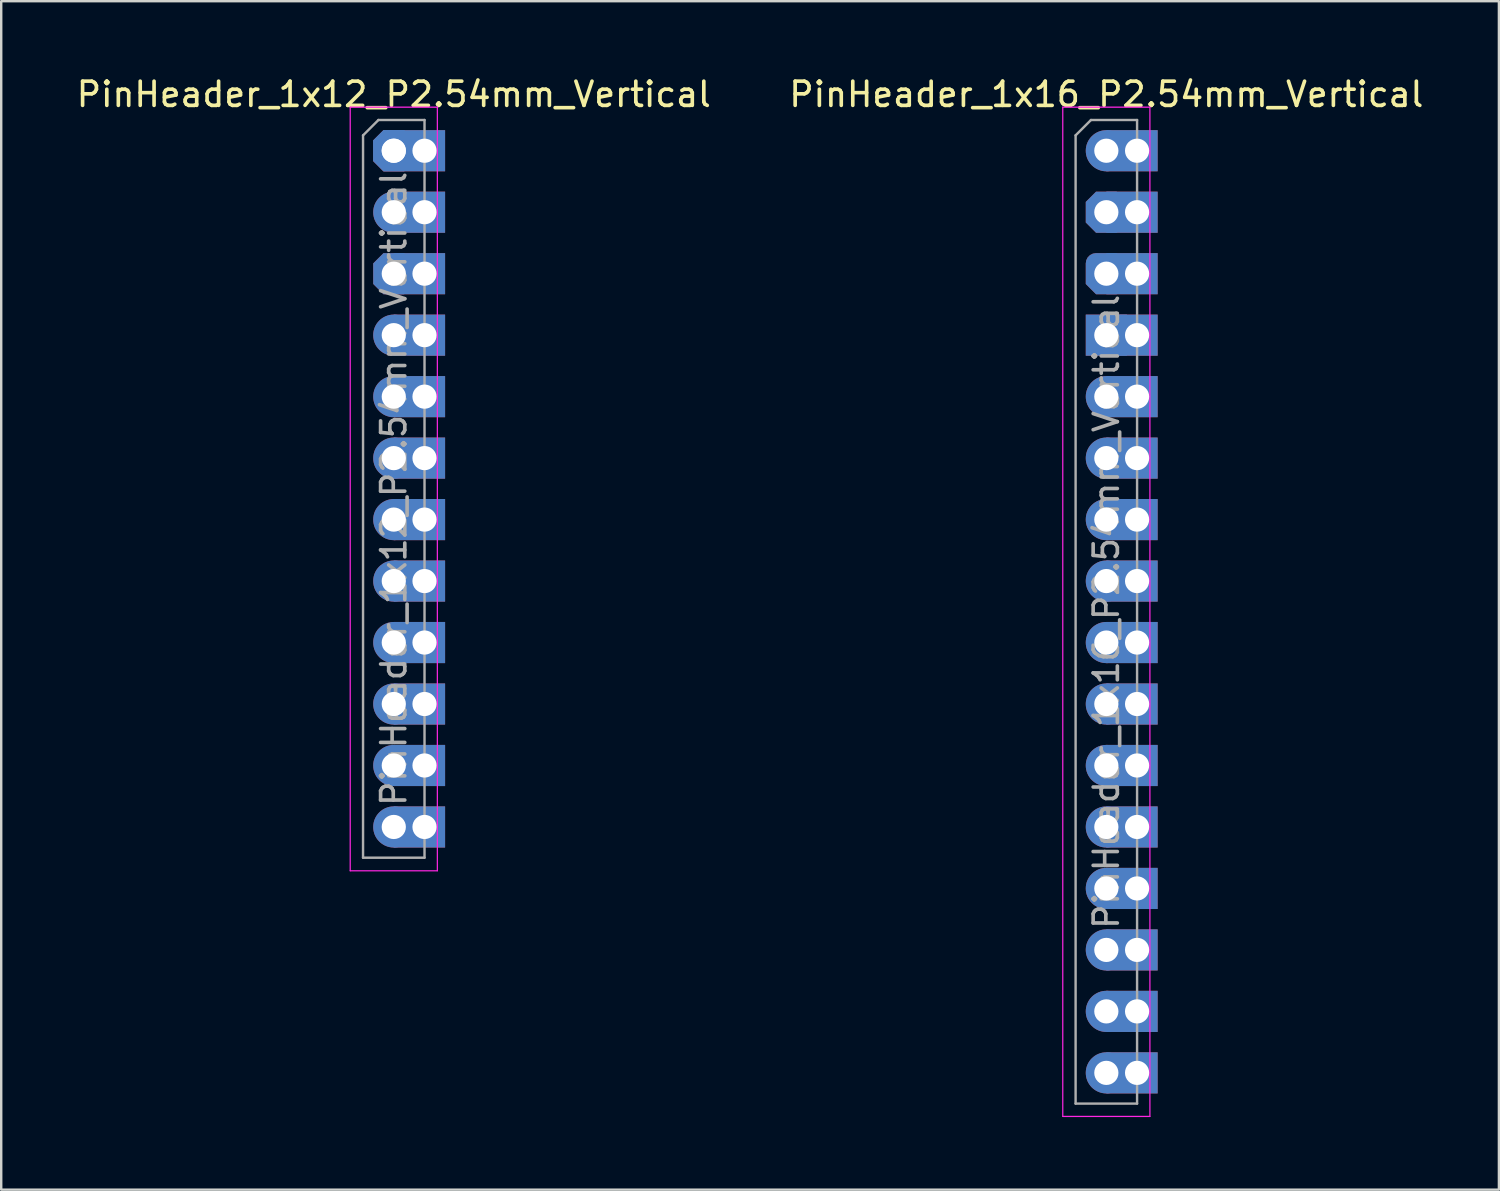
<source format=kicad_pcb>
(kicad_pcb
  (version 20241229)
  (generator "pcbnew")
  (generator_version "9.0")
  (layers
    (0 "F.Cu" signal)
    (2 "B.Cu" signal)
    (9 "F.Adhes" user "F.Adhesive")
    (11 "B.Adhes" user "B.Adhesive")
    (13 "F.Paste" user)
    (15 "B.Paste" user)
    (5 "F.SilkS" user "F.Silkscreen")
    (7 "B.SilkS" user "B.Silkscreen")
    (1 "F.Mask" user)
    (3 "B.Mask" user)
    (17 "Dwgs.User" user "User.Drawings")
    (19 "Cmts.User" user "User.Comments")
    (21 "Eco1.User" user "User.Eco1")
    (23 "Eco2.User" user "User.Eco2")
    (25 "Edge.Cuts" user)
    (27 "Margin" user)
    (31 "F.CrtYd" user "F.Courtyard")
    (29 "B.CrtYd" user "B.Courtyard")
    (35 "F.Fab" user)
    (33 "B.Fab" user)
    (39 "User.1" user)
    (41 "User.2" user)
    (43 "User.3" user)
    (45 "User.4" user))
  (footprint "PinHeader_1x16_P2.54mm_Vertical"
    (layer "F.Cu")
    (at 42.661 3.178)
    (property "Reference" "PinHeader_1x16_P2.54mm_Vertical" (at 0 -2.33 0) (layer "F.SilkS") (effects (font (size 1 1) (thickness 0.15))))
    (attr through_hole)
    (fp_line (start -1.8 -1.8) (end -1.8 39.9) (stroke (width 0.05) (type solid)) (layer "F.CrtYd"))
    (fp_line (start -1.8 39.9) (end 1.8 39.9) (stroke (width 0.05) (type solid)) (layer "F.CrtYd"))
    (fp_line (start 1.8 -1.8) (end -1.8 -1.8) (stroke (width 0.05) (type solid)) (layer "F.CrtYd"))
    (fp_line (start 1.8 39.9) (end 1.8 -1.8) (stroke (width 0.05) (type solid)) (layer "F.CrtYd"))
    (fp_line (start -1.27 -0.635) (end -0.635 -1.27) (stroke (width 0.1) (type solid)) (layer "F.Fab"))
    (fp_line (start -1.27 39.37) (end -1.27 -0.635) (stroke (width 0.1) (type solid)) (layer "F.Fab"))
    (fp_line (start -0.635 -1.27) (end 1.27 -1.27) (stroke (width 0.1) (type solid)) (layer "F.Fab"))
    (fp_line (start 1.27 -1.27) (end 1.27 39.37) (stroke (width 0.1) (type solid)) (layer "F.Fab"))
    (fp_line (start 1.27 39.37) (end -1.27 39.37) (stroke (width 0.1) (type solid)) (layer "F.Fab"))
    (fp_text user "${REFERENCE}" (at 0 19.05 90) (layer "F.Fab") (effects (font (size 1 1) (thickness 0.15))))
    (pad "1" thru_hole oval (at 0 0) (size 1.7 1.7) (drill 1) (layers "*.Cu" "*.Mask"))
    (pad "1" thru_hole rect (at 1.27 0) (size 2.12 1.7) (drill 1 (offset -0.21 0)) (layers "*.Cu" "*.Mask"))
    (pad "2" thru_hole roundrect (at 0 2.54) (size 1.7 1.7) (drill 1) (layers "*.Cu" "*.Mask") (roundrect_rratio 0) (chamfer_ratio 0.25) (chamfer top_left top_right bottom_left bottom_right))
    (pad "2" thru_hole rect (at 1.27 2.54) (size 2.12 1.7) (drill 1 (offset -0.21 0)) (layers "*.Cu" "*.Mask"))
    (pad "3" thru_hole roundrect (at 0 5.08) (size 1.7 1.7) (drill 1) (layers "*.Cu" "*.Mask") (roundrect_rratio 0.25) (chamfer_ratio 0.25) (chamfer top_right bottom_left bottom_right))
    (pad "3" thru_hole rect (at 1.27 5.08) (size 2.12 1.7) (drill 1 (offset -0.21 0)) (layers "*.Cu" "*.Mask"))
    (pad "4" thru_hole rect (at 0 7.62) (size 1.7 1.7) (drill 1) (layers "*.Cu" "*.Mask"))
    (pad "4" thru_hole rect (at 1.27 7.62) (size 2.12 1.7) (drill 1 (offset -0.21 0)) (layers "*.Cu" "*.Mask"))
    (pad "5" thru_hole oval (at 0 10.16) (size 1.7 1.7) (drill 1) (layers "*.Cu" "*.Mask"))
    (pad "5" thru_hole rect (at 1.27 10.16) (size 2.12 1.7) (drill 1 (offset -0.21 0)) (layers "*.Cu" "*.Mask"))
    (pad "6" thru_hole oval (at 0 12.7) (size 1.7 1.7) (drill 1) (layers "*.Cu" "*.Mask"))
    (pad "6" thru_hole rect (at 1.27 12.7) (size 2.12 1.7) (drill 1 (offset -0.21 0)) (layers "*.Cu" "*.Mask"))
    (pad "7" thru_hole oval (at 0 15.24) (size 1.7 1.7) (drill 1) (layers "*.Cu" "*.Mask"))
    (pad "7" thru_hole rect (at 1.27 15.24) (size 2.12 1.7) (drill 1 (offset -0.21 0)) (layers "*.Cu" "*.Mask"))
    (pad "8" thru_hole oval (at 0 17.78) (size 1.7 1.7) (drill 1) (layers "*.Cu" "*.Mask"))
    (pad "8" thru_hole rect (at 1.27 17.78) (size 2.12 1.7) (drill 1 (offset -0.21 0)) (layers "*.Cu" "*.Mask"))
    (pad "9" thru_hole oval (at 0 20.32) (size 1.7 1.7) (drill 1) (layers "*.Cu" "*.Mask"))
    (pad "9" thru_hole rect (at 1.27 20.32) (size 2.12 1.7) (drill 1 (offset -0.21 0)) (layers "*.Cu" "*.Mask"))
    (pad "10" thru_hole oval (at 0 22.86) (size 1.7 1.7) (drill 1) (layers "*.Cu" "*.Mask"))
    (pad "10" thru_hole rect (at 1.27 22.86) (size 2.12 1.7) (drill 1 (offset -0.21 0)) (layers "*.Cu" "*.Mask"))
    (pad "11" thru_hole oval (at 0 25.4) (size 1.7 1.7) (drill 1) (layers "*.Cu" "*.Mask"))
    (pad "11" thru_hole rect (at 1.27 25.4) (size 2.12 1.7) (drill 1 (offset -0.21 0)) (layers "*.Cu" "*.Mask"))
    (pad "12" thru_hole oval (at 0 27.94) (size 1.7 1.7) (drill 1) (layers "*.Cu" "*.Mask"))
    (pad "12" thru_hole rect (at 1.27 27.94) (size 2.12 1.7) (drill 1 (offset -0.21 0)) (layers "*.Cu" "*.Mask"))
    (pad "13" thru_hole oval (at 0 30.48) (size 1.7 1.7) (drill 1) (layers "*.Cu" "*.Mask"))
    (pad "13" thru_hole rect (at 1.27 30.48) (size 2.12 1.7) (drill 1 (offset -0.21 0)) (layers "*.Cu" "*.Mask"))
    (pad "14" thru_hole oval (at 0 33.02) (size 1.7 1.7) (drill 1) (layers "*.Cu" "*.Mask"))
    (pad "14" thru_hole rect (at 1.27 33.02) (size 2.12 1.7) (drill 1 (offset -0.21 0)) (layers "*.Cu" "*.Mask"))
    (pad "15" thru_hole oval (at 0 35.56) (size 1.7 1.7) (drill 1) (layers "*.Cu" "*.Mask"))
    (pad "15" thru_hole rect (at 1.27 35.56) (size 2.12 1.7) (drill 1 (offset -0.21 0)) (layers "*.Cu" "*.Mask"))
    (pad "16" thru_hole oval (at 0 38.1) (size 1.7 1.7) (drill 1) (layers "*.Cu" "*.Mask"))
    (pad "16" thru_hole rect (at 1.27 38.1) (size 2.12 1.7) (drill 1 (offset -0.21 0)) (layers "*.Cu" "*.Mask")))
  (footprint "PinHeader_1x12_P2.54mm_Vertical"
    (layer "F.Cu")
    (at 13.22 3.178)
    (property "Reference" "PinHeader_1x12_P2.54mm_Vertical" (at 0 -2.33 0) (layer "F.SilkS") (effects (font (size 1 1) (thickness 0.15))))
    (attr through_hole)
    (fp_line (start -1.8 -1.8) (end -1.8 29.75) (stroke (width 0.05) (type solid)) (layer "F.CrtYd"))
    (fp_line (start -1.8 29.75) (end 1.8 29.75) (stroke (width 0.05) (type solid)) (layer "F.CrtYd"))
    (fp_line (start 1.8 -1.8) (end -1.8 -1.8) (stroke (width 0.05) (type solid)) (layer "F.CrtYd"))
    (fp_line (start 1.8 29.75) (end 1.8 -1.8) (stroke (width 0.05) (type solid)) (layer "F.CrtYd"))
    (fp_line (start -1.27 -0.635) (end -0.635 -1.27) (stroke (width 0.1) (type solid)) (layer "F.Fab"))
    (fp_line (start -1.27 29.21) (end -1.27 -0.635) (stroke (width 0.1) (type solid)) (layer "F.Fab"))
    (fp_line (start -0.635 -1.27) (end 1.27 -1.27) (stroke (width 0.1) (type solid)) (layer "F.Fab"))
    (fp_line (start 1.27 -1.27) (end 1.27 29.21) (stroke (width 0.1) (type solid)) (layer "F.Fab"))
    (fp_line (start 1.27 29.21) (end -1.27 29.21) (stroke (width 0.1) (type solid)) (layer "F.Fab"))
    (fp_text user "${REFERENCE}" (at 0 13.97 90) (layer "F.Fab") (effects (font (size 1 1) (thickness 0.15))))
    (pad "1" thru_hole roundrect (at 0 0) (size 1.7 1.7) (drill 1) (layers "*.Cu" "*.Mask") (roundrect_rratio 0) (chamfer_ratio 0.25) (chamfer top_left top_right bottom_left bottom_right))
    (pad "1" thru_hole roundrect (at 0 0) (size 1.7 1.7) (drill 1) (layers "*.Cu" "*.Mask") (roundrect_rratio 0) (chamfer_ratio 0.25) (chamfer top_left top_right bottom_left bottom_right))
    (pad "1" thru_hole rect (at 1.27 0) (size 1.7 1.7) (drill 1) (layers "*.Cu" "*.Mask"))
    (pad "2" thru_hole oval (at 0 2.54) (size 1.7 1.7) (drill 1) (layers "*.Cu" "*.Mask"))
    (pad "2" thru_hole rect (at 1.27 2.54) (size 2.12 1.7) (drill 1 (offset -0.21 0)) (layers "*.Cu" "*.Mask"))
    (pad "3" thru_hole roundrect (at 0 5.08) (size 1.7 1.7) (drill 1) (layers "*.Cu" "*.Mask") (roundrect_rratio 0) (chamfer_ratio 0.25) (chamfer top_left top_right bottom_left bottom_right))
    (pad "3" thru_hole rect (at 1.27 5.08) (size 2.12 1.7) (drill 1 (offset -0.21 0)) (layers "*.Cu" "*.Mask"))
    (pad "4" thru_hole oval (at 0 7.62) (size 1.7 1.7) (drill 1) (layers "*.Cu" "*.Mask"))
    (pad "4" thru_hole rect (at 1.27 7.62) (size 2.12 1.7) (drill 1 (offset -0.21 0)) (layers "*.Cu" "*.Mask"))
    (pad "5" thru_hole oval (at 0 10.16) (size 1.7 1.7) (drill 1) (layers "*.Cu" "*.Mask"))
    (pad "5" thru_hole rect (at 1.27 10.16) (size 2.12 1.7) (drill 1 (offset -0.21 0)) (layers "*.Cu" "*.Mask"))
    (pad "6" thru_hole oval (at 0 12.7) (size 1.7 1.7) (drill 1) (layers "*.Cu" "*.Mask"))
    (pad "6" thru_hole rect (at 1.27 12.7) (size 2.12 1.7) (drill 1 (offset -0.21 0)) (layers "*.Cu" "*.Mask"))
    (pad "7" thru_hole oval (at 0 15.24) (size 1.7 1.7) (drill 1) (layers "*.Cu" "*.Mask"))
    (pad "7" thru_hole rect (at 1.27 15.24) (size 2.12 1.7) (drill 1 (offset -0.21 0)) (layers "*.Cu" "*.Mask"))
    (pad "8" thru_hole oval (at 0 17.78) (size 1.7 1.7) (drill 1) (layers "*.Cu" "*.Mask"))
    (pad "8" thru_hole rect (at 1.27 17.78) (size 2.12 1.7) (drill 1 (offset -0.21 0)) (layers "*.Cu" "*.Mask"))
    (pad "9" thru_hole oval (at 0 20.32) (size 1.7 1.7) (drill 1) (layers "*.Cu" "*.Mask"))
    (pad "9" thru_hole rect (at 1.27 20.32) (size 2.12 1.7) (drill 1 (offset -0.21 0)) (layers "*.Cu" "*.Mask"))
    (pad "10" thru_hole oval (at 0 22.86) (size 1.7 1.7) (drill 1) (layers "*.Cu" "*.Mask"))
    (pad "10" thru_hole rect (at 1.27 22.86) (size 2.12 1.7) (drill 1 (offset -0.21 0)) (layers "*.Cu" "*.Mask"))
    (pad "11" thru_hole oval (at 0 25.4) (size 1.7 1.7) (drill 1) (layers "*.Cu" "*.Mask"))
    (pad "11" thru_hole rect (at 1.27 25.4) (size 2.12 1.7) (drill 1 (offset -0.21 0)) (layers "*.Cu" "*.Mask"))
    (pad "12" thru_hole oval (at 0 27.94) (size 1.7 1.7) (drill 1) (layers "*.Cu" "*.Mask"))
    (pad "12" thru_hole rect (at 1.27 27.94) (size 2.12 1.7) (drill 1 (offset -0.21 0)) (layers "*.Cu" "*.Mask")))
  (gr_rect
    (start -3 -3)
    (end 58.881 46.103)
    (stroke (width 0.1) (type default))
    (fill no)
    (layer "Edge.Cuts")))
</source>
